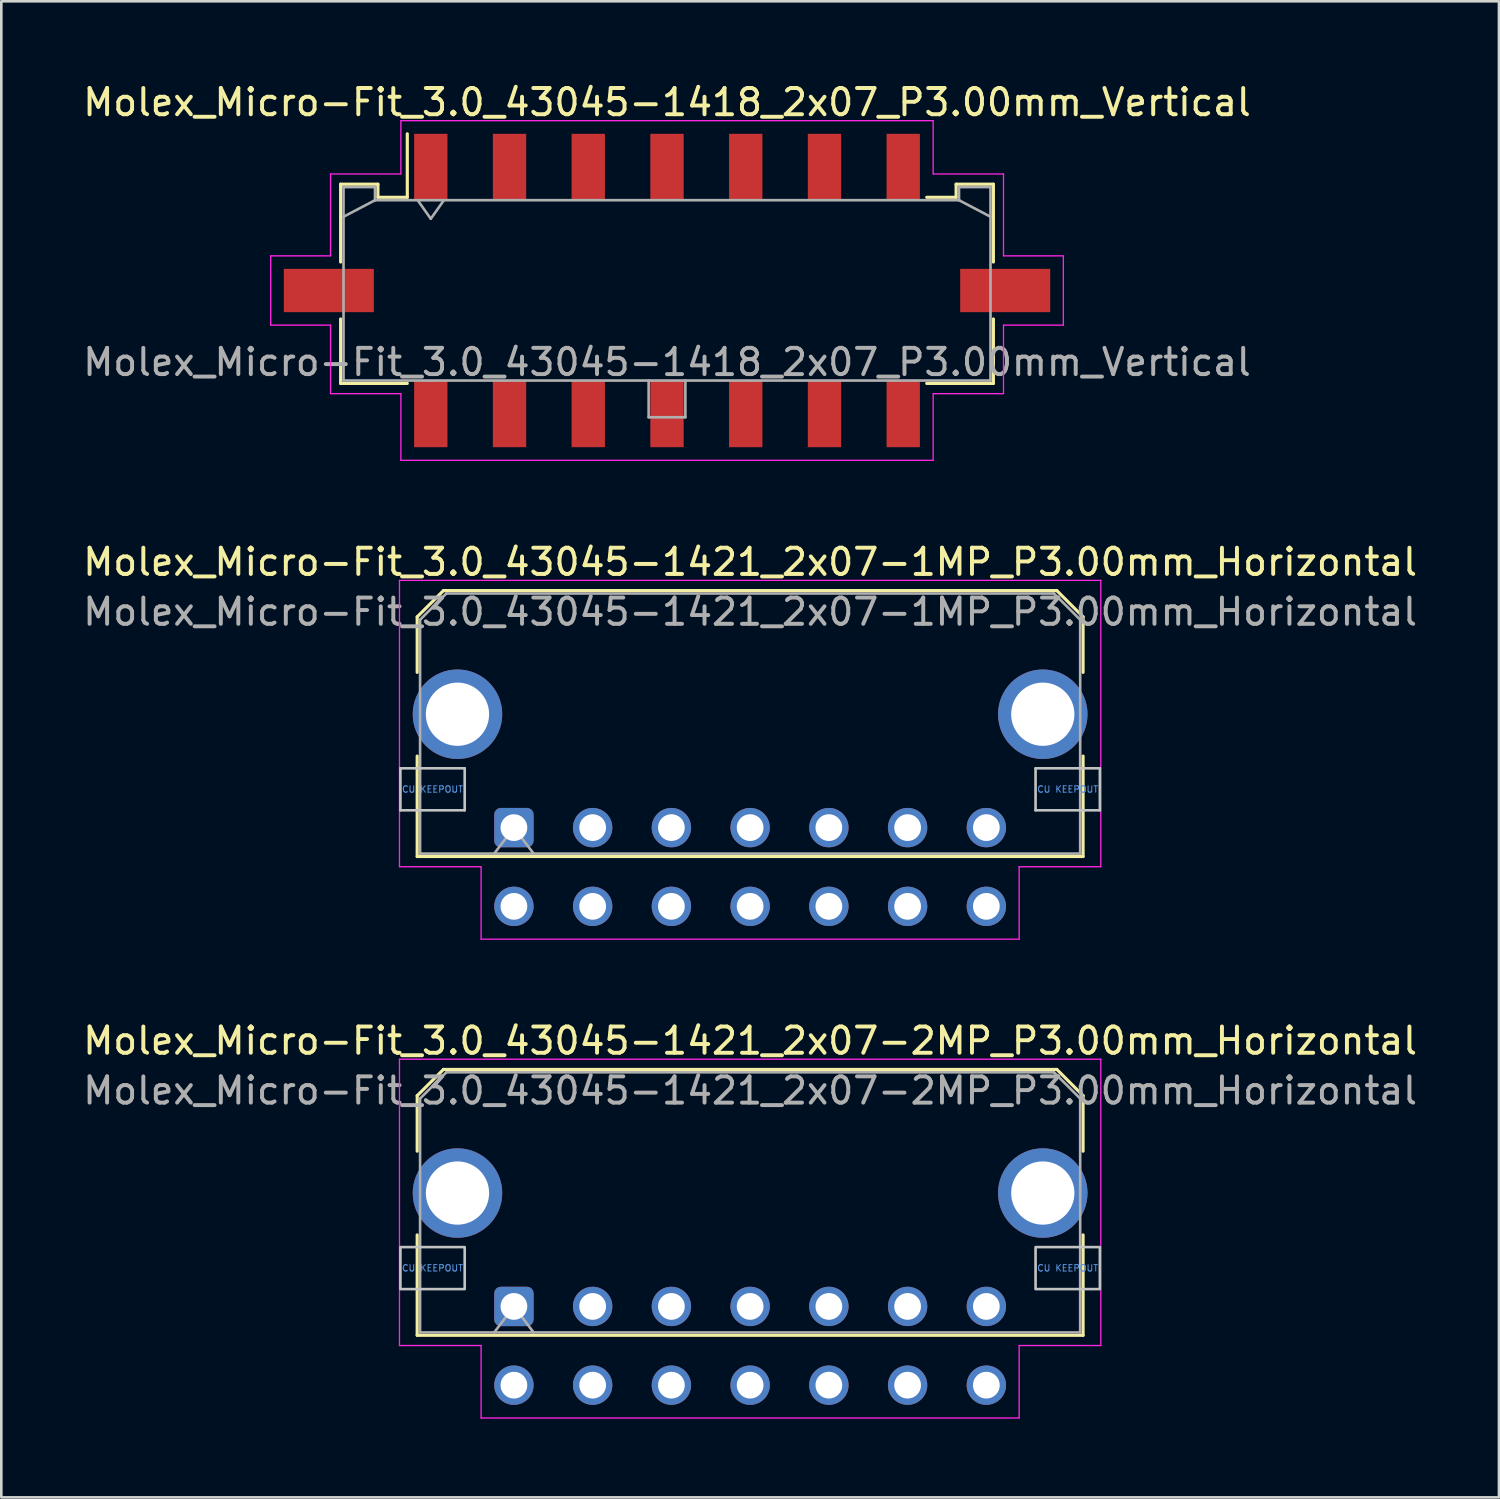
<source format=kicad_pcb>
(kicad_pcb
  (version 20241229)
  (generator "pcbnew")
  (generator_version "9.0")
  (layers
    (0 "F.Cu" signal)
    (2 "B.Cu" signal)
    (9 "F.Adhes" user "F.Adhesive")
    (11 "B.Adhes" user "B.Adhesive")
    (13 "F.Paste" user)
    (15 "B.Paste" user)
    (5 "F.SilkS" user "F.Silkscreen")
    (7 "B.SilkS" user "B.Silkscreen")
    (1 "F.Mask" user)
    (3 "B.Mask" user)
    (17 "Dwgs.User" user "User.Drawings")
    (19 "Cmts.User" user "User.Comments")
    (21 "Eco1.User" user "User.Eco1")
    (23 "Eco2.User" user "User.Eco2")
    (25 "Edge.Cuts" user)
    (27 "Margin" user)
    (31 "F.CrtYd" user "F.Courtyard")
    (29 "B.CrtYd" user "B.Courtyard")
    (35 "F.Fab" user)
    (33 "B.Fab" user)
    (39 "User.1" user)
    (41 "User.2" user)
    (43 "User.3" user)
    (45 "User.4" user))
  (footprint "Molex_Micro-Fit_3.0_43045-1418_2x07_P3.00mm_Vertical"
    (layer "F.Cu")
    (at 22.363 8.018)
    (property "Reference" "Molex_Micro-Fit_3.0_43045-1418_2x07_P3.00mm_Vertical" (at 0 -7.17 0) (layer "F.SilkS") (effects (font (size 1 1) (thickness 0.15))))
    (attr smd)
    (fp_line (start -12.435 -4.05) (end -11.015 -4.05) (stroke (width 0.12) (type solid)) (layer "F.SilkS"))
    (fp_line (start -12.435 -1.085) (end -12.435 -4.05) (stroke (width 0.12) (type solid)) (layer "F.SilkS"))
    (fp_line (start -12.435 1.085) (end -12.435 3.54) (stroke (width 0.12) (type solid)) (layer "F.SilkS"))
    (fp_line (start -12.435 3.54) (end -9.895 3.54) (stroke (width 0.12) (type solid)) (layer "F.SilkS"))
    (fp_line (start -11.015 -4.05) (end -11.015 -3.55) (stroke (width 0.12) (type solid)) (layer "F.SilkS"))
    (fp_line (start -11.015 -3.55) (end -9.895 -3.55) (stroke (width 0.12) (type solid)) (layer "F.SilkS"))
    (fp_line (start -9.895 -3.55) (end -9.895 -5.97) (stroke (width 0.12) (type solid)) (layer "F.SilkS"))
    (fp_line (start 11.015 -4.05) (end 11.015 -3.55) (stroke (width 0.12) (type solid)) (layer "F.SilkS"))
    (fp_line (start 11.015 -3.55) (end 9.895 -3.55) (stroke (width 0.12) (type solid)) (layer "F.SilkS"))
    (fp_line (start 12.435 -4.05) (end 11.015 -4.05) (stroke (width 0.12) (type solid)) (layer "F.SilkS"))
    (fp_line (start 12.435 -1.085) (end 12.435 -4.05) (stroke (width 0.12) (type solid)) (layer "F.SilkS"))
    (fp_line (start 12.435 1.085) (end 12.435 3.54) (stroke (width 0.12) (type solid)) (layer "F.SilkS"))
    (fp_line (start 12.435 3.54) (end 9.895 3.54) (stroke (width 0.12) (type solid)) (layer "F.SilkS"))
    (fp_line (start -15.1 -1.32) (end -15.1 1.32) (stroke (width 0.05) (type solid)) (layer "F.CrtYd"))
    (fp_line (start -15.1 1.32) (end -12.82 1.32) (stroke (width 0.05) (type solid)) (layer "F.CrtYd"))
    (fp_line (start -12.82 -4.44) (end -12.82 -1.32) (stroke (width 0.05) (type solid)) (layer "F.CrtYd"))
    (fp_line (start -12.82 -1.32) (end -15.1 -1.32) (stroke (width 0.05) (type solid)) (layer "F.CrtYd"))
    (fp_line (start -12.82 1.32) (end -12.82 3.93) (stroke (width 0.05) (type solid)) (layer "F.CrtYd"))
    (fp_line (start -12.82 3.93) (end -10.14 3.93) (stroke (width 0.05) (type solid)) (layer "F.CrtYd"))
    (fp_line (start -10.14 -6.47) (end -10.14 -4.44) (stroke (width 0.05) (type solid)) (layer "F.CrtYd"))
    (fp_line (start -10.14 -4.44) (end -12.82 -4.44) (stroke (width 0.05) (type solid)) (layer "F.CrtYd"))
    (fp_line (start -10.14 3.93) (end -10.14 6.47) (stroke (width 0.05) (type solid)) (layer "F.CrtYd"))
    (fp_line (start -10.14 6.47) (end 0 6.47) (stroke (width 0.05) (type solid)) (layer "F.CrtYd"))
    (fp_line (start 0 -6.47) (end -10.14 -6.47) (stroke (width 0.05) (type solid)) (layer "F.CrtYd"))
    (fp_line (start 0 -6.47) (end 10.14 -6.47) (stroke (width 0.05) (type solid)) (layer "F.CrtYd"))
    (fp_line (start 10.14 -6.47) (end 10.14 -4.44) (stroke (width 0.05) (type solid)) (layer "F.CrtYd"))
    (fp_line (start 10.14 -4.44) (end 12.82 -4.44) (stroke (width 0.05) (type solid)) (layer "F.CrtYd"))
    (fp_line (start 10.14 3.93) (end 10.14 6.47) (stroke (width 0.05) (type solid)) (layer "F.CrtYd"))
    (fp_line (start 10.14 6.47) (end 0 6.47) (stroke (width 0.05) (type solid)) (layer "F.CrtYd"))
    (fp_line (start 12.82 -4.44) (end 12.82 -1.32) (stroke (width 0.05) (type solid)) (layer "F.CrtYd"))
    (fp_line (start 12.82 -1.32) (end 15.1 -1.32) (stroke (width 0.05) (type solid)) (layer "F.CrtYd"))
    (fp_line (start 12.82 1.32) (end 12.82 3.93) (stroke (width 0.05) (type solid)) (layer "F.CrtYd"))
    (fp_line (start 12.82 3.93) (end 10.14 3.93) (stroke (width 0.05) (type solid)) (layer "F.CrtYd"))
    (fp_line (start 15.1 -1.32) (end 15.1 1.32) (stroke (width 0.05) (type solid)) (layer "F.CrtYd"))
    (fp_line (start 15.1 1.32) (end 12.82 1.32) (stroke (width 0.05) (type solid)) (layer "F.CrtYd"))
    (fp_line (start -12.325 -3.94) (end -12.325 3.43) (stroke (width 0.1) (type solid)) (layer "F.Fab"))
    (fp_line (start -12.325 -2.81) (end -11.125 -3.44) (stroke (width 0.1) (type solid)) (layer "F.Fab"))
    (fp_line (start -12.325 3.43) (end 12.325 3.43) (stroke (width 0.1) (type solid)) (layer "F.Fab"))
    (fp_line (start -11.125 -3.94) (end -12.325 -3.94) (stroke (width 0.1) (type solid)) (layer "F.Fab"))
    (fp_line (start -11.125 -3.44) (end -11.125 -3.94) (stroke (width 0.1) (type solid)) (layer "F.Fab"))
    (fp_line (start -9.5 -3.44) (end -9 -2.733) (stroke (width 0.1) (type solid)) (layer "F.Fab"))
    (fp_line (start -9 -2.733) (end -8.5 -3.44) (stroke (width 0.1) (type solid)) (layer "F.Fab"))
    (fp_line (start -0.7 3.43) (end -0.7 4.83) (stroke (width 0.1) (type solid)) (layer "F.Fab"))
    (fp_line (start -0.7 4.83) (end 0.7 4.83) (stroke (width 0.1) (type solid)) (layer "F.Fab"))
    (fp_line (start 0.7 4.83) (end 0.7 3.43) (stroke (width 0.1) (type solid)) (layer "F.Fab"))
    (fp_line (start 11.125 -3.94) (end 11.125 -3.44) (stroke (width 0.1) (type solid)) (layer "F.Fab"))
    (fp_line (start 11.125 -3.44) (end -11.125 -3.44) (stroke (width 0.1) (type solid)) (layer "F.Fab"))
    (fp_line (start 12.325 -3.94) (end 11.125 -3.94) (stroke (width 0.1) (type solid)) (layer "F.Fab"))
    (fp_line (start 12.325 -2.81) (end 11.125 -3.44) (stroke (width 0.1) (type solid)) (layer "F.Fab"))
    (fp_line (start 12.325 3.43) (end 12.325 -3.94) (stroke (width 0.1) (type solid)) (layer "F.Fab"))
    (fp_text user "${REFERENCE}" (at 0 2.73 0) (layer "F.Fab") (effects (font (size 1 1) (thickness 0.15))))
    (pad "" smd rect (at -12.885 0) (size 3.43 1.65) (layers "F.Cu" "F.Mask" "F.Paste"))
    (pad "" smd rect (at 12.885 0) (size 3.43 1.65) (layers "F.Cu" "F.Mask" "F.Paste"))
    (pad "1" smd rect (at -9 -4.7) (size 1.27 2.54) (layers "F.Cu" "F.Mask" "F.Paste"))
    (pad "2" smd rect (at -6 -4.7) (size 1.27 2.54) (layers "F.Cu" "F.Mask" "F.Paste"))
    (pad "3" smd rect (at -3 -4.7) (size 1.27 2.54) (layers "F.Cu" "F.Mask" "F.Paste"))
    (pad "4" smd rect (at 0 -4.7) (size 1.27 2.54) (layers "F.Cu" "F.Mask" "F.Paste"))
    (pad "5" smd rect (at 3 -4.7) (size 1.27 2.54) (layers "F.Cu" "F.Mask" "F.Paste"))
    (pad "6" smd rect (at 6 -4.7) (size 1.27 2.54) (layers "F.Cu" "F.Mask" "F.Paste"))
    (pad "7" smd rect (at 9 -4.7) (size 1.27 2.54) (layers "F.Cu" "F.Mask" "F.Paste"))
    (pad "8" smd rect (at -9 4.7) (size 1.27 2.54) (layers "F.Cu" "F.Mask" "F.Paste"))
    (pad "9" smd rect (at -6 4.7) (size 1.27 2.54) (layers "F.Cu" "F.Mask" "F.Paste"))
    (pad "10" smd rect (at -3 4.7) (size 1.27 2.54) (layers "F.Cu" "F.Mask" "F.Paste"))
    (pad "11" smd rect (at 0 4.7) (size 1.27 2.54) (layers "F.Cu" "F.Mask" "F.Paste"))
    (pad "12" smd rect (at 3 4.7) (size 1.27 2.54) (layers "F.Cu" "F.Mask" "F.Paste"))
    (pad "13" smd rect (at 6 4.7) (size 1.27 2.54) (layers "F.Cu" "F.Mask" "F.Paste"))
    (pad "14" smd rect (at 9 4.7) (size 1.27 2.54) (layers "F.Cu" "F.Mask" "F.Paste")))
  (footprint "Molex_Micro-Fit_3.0_43045-1421_2x07-2MP_P3.00mm_Horizontal"
    (layer "F.Cu")
    (at 16.53 46.725)
    (property "Reference" "Molex_Micro-Fit_3.0_43045-1421_2x07-2MP_P3.00mm_Horizontal" (at 9 -10.12 0) (layer "F.SilkS") (effects (font (size 1 1) (thickness 0.15))))
    (attr through_hole)
    (fp_line (start -3.685 -8.03) (end -2.685 -9.03) (stroke (width 0.12) (type solid)) (layer "F.SilkS"))
    (fp_line (start -3.685 -5.915) (end -3.685 -8.03) (stroke (width 0.12) (type solid)) (layer "F.SilkS"))
    (fp_line (start -3.685 -2.725) (end -3.685 1.1) (stroke (width 0.12) (type solid)) (layer "F.SilkS"))
    (fp_line (start -3.685 1.1) (end 21.685 1.1) (stroke (width 0.12) (type solid)) (layer "F.SilkS"))
    (fp_line (start -2.685 -9.03) (end 20.685 -9.03) (stroke (width 0.12) (type solid)) (layer "F.SilkS"))
    (fp_line (start 20.685 -9.03) (end 21.685 -8.03) (stroke (width 0.12) (type solid)) (layer "F.SilkS"))
    (fp_line (start 21.685 -8.03) (end 21.685 -5.915) (stroke (width 0.12) (type solid)) (layer "F.SilkS"))
    (fp_line (start 21.685 1.1) (end 21.685 -2.725) (stroke (width 0.12) (type solid)) (layer "F.SilkS"))
    (fp_poly (pts (xy -4.325 -2.26) (xy -4.325 -0.66) (xy -1.875 -0.66) (xy -1.875 -2.26)) (stroke (width 0.1) (type solid)) (fill no) (layer "Dwgs.User"))
    (fp_poly (pts (xy 19.875 -2.26) (xy 19.875 -0.66) (xy 22.325 -0.66) (xy 22.325 -2.26)) (stroke (width 0.1) (type solid)) (fill no) (layer "Dwgs.User"))
    (fp_line (start -4.36 -9.42) (end 22.36 -9.42) (stroke (width 0.05) (type solid)) (layer "F.CrtYd"))
    (fp_line (start -4.36 1.49) (end -4.36 -9.42) (stroke (width 0.05) (type solid)) (layer "F.CrtYd"))
    (fp_line (start -1.25 1.49) (end -4.36 1.49) (stroke (width 0.05) (type solid)) (layer "F.CrtYd"))
    (fp_line (start -1.25 4.25) (end -1.25 1.49) (stroke (width 0.05) (type solid)) (layer "F.CrtYd"))
    (fp_line (start 19.25 1.49) (end 19.25 4.25) (stroke (width 0.05) (type solid)) (layer "F.CrtYd"))
    (fp_line (start 19.25 4.25) (end -1.25 4.25) (stroke (width 0.05) (type solid)) (layer "F.CrtYd"))
    (fp_line (start 22.36 -9.42) (end 22.36 1.49) (stroke (width 0.05) (type solid)) (layer "F.CrtYd"))
    (fp_line (start 22.36 1.49) (end 19.25 1.49) (stroke (width 0.05) (type solid)) (layer "F.CrtYd"))
    (fp_line (start -3.575 -7.92) (end -2.575 -8.92) (stroke (width 0.1) (type solid)) (layer "F.Fab"))
    (fp_line (start -3.575 0.99) (end -3.575 -7.92) (stroke (width 0.1) (type solid)) (layer "F.Fab"))
    (fp_line (start -2.575 -8.92) (end 20.575 -8.92) (stroke (width 0.1) (type solid)) (layer "F.Fab"))
    (fp_line (start -0.75 0.99) (end 0 0) (stroke (width 0.1) (type solid)) (layer "F.Fab"))
    (fp_line (start 0 0) (end 0.75 0.99) (stroke (width 0.1) (type solid)) (layer "F.Fab"))
    (fp_line (start 20.575 -8.92) (end 21.575 -7.92) (stroke (width 0.1) (type solid)) (layer "F.Fab"))
    (fp_line (start 21.575 -7.92) (end 21.575 0.99) (stroke (width 0.1) (type solid)) (layer "F.Fab"))
    (fp_line (start 21.575 0.99) (end -3.575 0.99) (stroke (width 0.1) (type solid)) (layer "F.Fab"))
    (fp_text user "CU KEEPOUT" (at 21.1 -1.46 0) (layer "Cmts.User") (effects (font (size 0.245 0.245) (thickness 0.037))))
    (fp_text user "CU KEEPOUT" (at -3.1 -1.46 0) (layer "Cmts.User") (effects (font (size 0.245 0.245) (thickness 0.037))))
    (fp_text user "${REFERENCE}" (at 9 -8.22 0) (layer "F.Fab") (effects (font (size 1 1) (thickness 0.15))))
    (pad "1" thru_hole roundrect (at 0 0) (size 1.5 1.5) (drill 1.02) (layers "*.Cu" "*.Mask") (roundrect_rratio 0.167))
    (pad "2" thru_hole circle (at 3 0) (size 1.5 1.5) (drill 1.02) (layers "*.Cu" "*.Mask"))
    (pad "3" thru_hole circle (at 6 0) (size 1.5 1.5) (drill 1.02) (layers "*.Cu" "*.Mask"))
    (pad "4" thru_hole circle (at 9 0) (size 1.5 1.5) (drill 1.02) (layers "*.Cu" "*.Mask"))
    (pad "5" thru_hole circle (at 12 0) (size 1.5 1.5) (drill 1.02) (layers "*.Cu" "*.Mask"))
    (pad "6" thru_hole circle (at 15 0) (size 1.5 1.5) (drill 1.02) (layers "*.Cu" "*.Mask"))
    (pad "7" thru_hole circle (at 18 0) (size 1.5 1.5) (drill 1.02) (layers "*.Cu" "*.Mask"))
    (pad "8" thru_hole circle (at 0 3) (size 1.5 1.5) (drill 1.02) (layers "*.Cu" "*.Mask"))
    (pad "9" thru_hole circle (at 3 3) (size 1.5 1.5) (drill 1.02) (layers "*.Cu" "*.Mask"))
    (pad "10" thru_hole circle (at 6 3) (size 1.5 1.5) (drill 1.02) (layers "*.Cu" "*.Mask"))
    (pad "11" thru_hole circle (at 9 3) (size 1.5 1.5) (drill 1.02) (layers "*.Cu" "*.Mask"))
    (pad "12" thru_hole circle (at 12 3) (size 1.5 1.5) (drill 1.02) (layers "*.Cu" "*.Mask"))
    (pad "13" thru_hole circle (at 15 3) (size 1.5 1.5) (drill 1.02) (layers "*.Cu" "*.Mask"))
    (pad "14" thru_hole circle (at 18 3) (size 1.5 1.5) (drill 1.02) (layers "*.Cu" "*.Mask"))
    (pad "MP" thru_hole circle (at -2.15 -4.32) (size 3.41 3.41) (drill 2.41) (layers "*.Cu" "*.Mask"))
    (pad "MP" thru_hole circle (at 20.15 -4.32) (size 3.41 3.41) (drill 2.41) (layers "*.Cu" "*.Mask")))
  (footprint "Molex_Micro-Fit_3.0_43045-1421_2x07-1MP_P3.00mm_Horizontal"
    (layer "F.Cu")
    (at 16.53 28.482)
    (property "Reference" "Molex_Micro-Fit_3.0_43045-1421_2x07-1MP_P3.00mm_Horizontal" (at 9 -10.12 0) (layer "F.SilkS") (effects (font (size 1 1) (thickness 0.15))))
    (attr through_hole)
    (fp_line (start -3.685 -8.03) (end -2.685 -9.03) (stroke (width 0.12) (type solid)) (layer "F.SilkS"))
    (fp_line (start -3.685 -5.915) (end -3.685 -8.03) (stroke (width 0.12) (type solid)) (layer "F.SilkS"))
    (fp_line (start -3.685 -2.725) (end -3.685 1.1) (stroke (width 0.12) (type solid)) (layer "F.SilkS"))
    (fp_line (start -3.685 1.1) (end 21.685 1.1) (stroke (width 0.12) (type solid)) (layer "F.SilkS"))
    (fp_line (start -2.685 -9.03) (end 20.685 -9.03) (stroke (width 0.12) (type solid)) (layer "F.SilkS"))
    (fp_line (start 20.685 -9.03) (end 21.685 -8.03) (stroke (width 0.12) (type solid)) (layer "F.SilkS"))
    (fp_line (start 21.685 -8.03) (end 21.685 -5.915) (stroke (width 0.12) (type solid)) (layer "F.SilkS"))
    (fp_line (start 21.685 1.1) (end 21.685 -2.725) (stroke (width 0.12) (type solid)) (layer "F.SilkS"))
    (fp_line (start -4.325 -2.26) (end -4.325 -0.66) (stroke (width 0.1) (type solid)) (layer "Dwgs.User"))
    (fp_line (start -4.325 -0.66) (end -1.875 -0.66) (stroke (width 0.1) (type solid)) (layer "Dwgs.User"))
    (fp_line (start -1.875 -2.26) (end -4.325 -2.26) (stroke (width 0.1) (type solid)) (layer "Dwgs.User"))
    (fp_line (start -1.875 -0.66) (end -1.875 -2.26) (stroke (width 0.1) (type solid)) (layer "Dwgs.User"))
    (fp_line (start 19.875 -2.26) (end 19.875 -0.66) (stroke (width 0.1) (type solid)) (layer "Dwgs.User"))
    (fp_line (start 19.875 -0.66) (end 22.325 -0.66) (stroke (width 0.1) (type solid)) (layer "Dwgs.User"))
    (fp_line (start 22.325 -2.26) (end 19.875 -2.26) (stroke (width 0.1) (type solid)) (layer "Dwgs.User"))
    (fp_line (start 22.325 -0.66) (end 22.325 -2.26) (stroke (width 0.1) (type solid)) (layer "Dwgs.User"))
    (fp_line (start -4.36 -9.42) (end 22.36 -9.42) (stroke (width 0.05) (type solid)) (layer "F.CrtYd"))
    (fp_line (start -4.36 1.49) (end -4.36 -9.42) (stroke (width 0.05) (type solid)) (layer "F.CrtYd"))
    (fp_line (start -1.25 1.49) (end -4.36 1.49) (stroke (width 0.05) (type solid)) (layer "F.CrtYd"))
    (fp_line (start -1.25 4.25) (end -1.25 1.49) (stroke (width 0.05) (type solid)) (layer "F.CrtYd"))
    (fp_line (start 19.25 1.49) (end 19.25 4.25) (stroke (width 0.05) (type solid)) (layer "F.CrtYd"))
    (fp_line (start 19.25 4.25) (end -1.25 4.25) (stroke (width 0.05) (type solid)) (layer "F.CrtYd"))
    (fp_line (start 22.36 -9.42) (end 22.36 1.49) (stroke (width 0.05) (type solid)) (layer "F.CrtYd"))
    (fp_line (start 22.36 1.49) (end 19.25 1.49) (stroke (width 0.05) (type solid)) (layer "F.CrtYd"))
    (fp_line (start -3.575 -7.92) (end -2.575 -8.92) (stroke (width 0.1) (type solid)) (layer "F.Fab"))
    (fp_line (start -3.575 0.99) (end -3.575 -7.92) (stroke (width 0.1) (type solid)) (layer "F.Fab"))
    (fp_line (start -2.575 -8.92) (end 20.575 -8.92) (stroke (width 0.1) (type solid)) (layer "F.Fab"))
    (fp_line (start -0.75 0.99) (end 0 0) (stroke (width 0.1) (type solid)) (layer "F.Fab"))
    (fp_line (start 0 0) (end 0.75 0.99) (stroke (width 0.1) (type solid)) (layer "F.Fab"))
    (fp_line (start 20.575 -8.92) (end 21.575 -7.92) (stroke (width 0.1) (type solid)) (layer "F.Fab"))
    (fp_line (start 21.575 -7.92) (end 21.575 0.99) (stroke (width 0.1) (type solid)) (layer "F.Fab"))
    (fp_line (start 21.575 0.99) (end -3.575 0.99) (stroke (width 0.1) (type solid)) (layer "F.Fab"))
    (fp_text user "CU KEEPOUT" (at 21.1 -1.46 0) (layer "Cmts.User") (effects (font (size 0.245 0.245) (thickness 0.037))))
    (fp_text user "CU KEEPOUT" (at -3.1 -1.46 0) (layer "Cmts.User") (effects (font (size 0.245 0.245) (thickness 0.037))))
    (fp_text user "${REFERENCE}" (at 9 -8.22 0) (layer "F.Fab") (effects (font (size 1 1) (thickness 0.15))))
    (pad "1" thru_hole roundrect (at 0 0) (size 1.5 1.5) (drill 1.02) (layers "*.Cu" "*.Mask") (roundrect_rratio 0.167))
    (pad "2" thru_hole circle (at 3 0) (size 1.5 1.5) (drill 1.02) (layers "*.Cu" "*.Mask"))
    (pad "3" thru_hole circle (at 6 0) (size 1.5 1.5) (drill 1.02) (layers "*.Cu" "*.Mask"))
    (pad "4" thru_hole circle (at 9 0) (size 1.5 1.5) (drill 1.02) (layers "*.Cu" "*.Mask"))
    (pad "5" thru_hole circle (at 12 0) (size 1.5 1.5) (drill 1.02) (layers "*.Cu" "*.Mask"))
    (pad "6" thru_hole circle (at 15 0) (size 1.5 1.5) (drill 1.02) (layers "*.Cu" "*.Mask"))
    (pad "7" thru_hole circle (at 18 0) (size 1.5 1.5) (drill 1.02) (layers "*.Cu" "*.Mask"))
    (pad "8" thru_hole circle (at 0 3) (size 1.5 1.5) (drill 1.02) (layers "*.Cu" "*.Mask"))
    (pad "9" thru_hole circle (at 3 3) (size 1.5 1.5) (drill 1.02) (layers "*.Cu" "*.Mask"))
    (pad "10" thru_hole circle (at 6 3) (size 1.5 1.5) (drill 1.02) (layers "*.Cu" "*.Mask"))
    (pad "11" thru_hole circle (at 9 3) (size 1.5 1.5) (drill 1.02) (layers "*.Cu" "*.Mask"))
    (pad "12" thru_hole circle (at 12 3) (size 1.5 1.5) (drill 1.02) (layers "*.Cu" "*.Mask"))
    (pad "13" thru_hole circle (at 15 3) (size 1.5 1.5) (drill 1.02) (layers "*.Cu" "*.Mask"))
    (pad "14" thru_hole circle (at 18 3) (size 1.5 1.5) (drill 1.02) (layers "*.Cu" "*.Mask"))
    (pad "MP" thru_hole circle (at -2.15 -4.32) (size 3.41 3.41) (drill 2.41) (layers "*.Cu" "*.Mask"))
    (pad "MP" thru_hole circle (at 20.15 -4.32) (size 3.41 3.41) (drill 2.41) (layers "*.Cu" "*.Mask")))
  (gr_rect
    (start -3 -3)
    (end 54.06 54)
    (stroke (width 0.1) (type default))
    (fill no)
    (layer "Edge.Cuts")))
</source>
